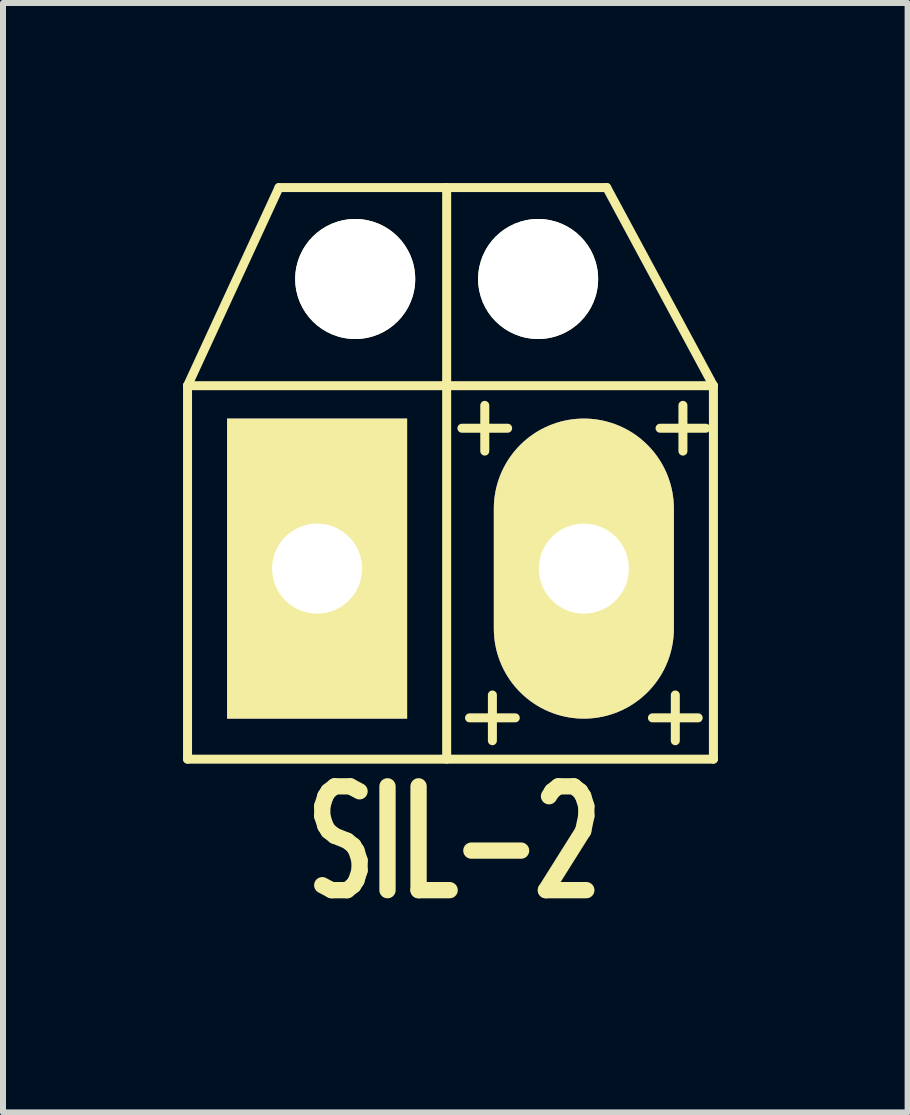
<source format=kicad_pcb>
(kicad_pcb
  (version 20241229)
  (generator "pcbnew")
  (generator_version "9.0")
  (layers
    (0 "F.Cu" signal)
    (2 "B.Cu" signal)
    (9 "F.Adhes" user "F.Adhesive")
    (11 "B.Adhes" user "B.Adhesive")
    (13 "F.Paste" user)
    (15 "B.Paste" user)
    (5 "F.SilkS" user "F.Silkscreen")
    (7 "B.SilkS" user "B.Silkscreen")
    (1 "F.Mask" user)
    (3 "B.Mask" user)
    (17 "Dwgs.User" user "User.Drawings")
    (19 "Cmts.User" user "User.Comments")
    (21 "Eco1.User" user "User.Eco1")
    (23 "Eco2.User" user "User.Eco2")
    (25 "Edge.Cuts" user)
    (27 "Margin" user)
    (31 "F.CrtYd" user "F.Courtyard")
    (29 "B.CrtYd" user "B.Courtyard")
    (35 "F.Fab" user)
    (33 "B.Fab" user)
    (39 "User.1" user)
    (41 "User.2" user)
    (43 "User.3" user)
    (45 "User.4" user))
  (footprint "SIL-2"
    (layer "F.Cu")
    (at 4.393 6.425)
    (property "Reference" "SIL-2" (at 0.127 4.572 0) (layer "F.SilkS") (effects (font (size 1.73 1.087) (thickness 0.272))))
    (attr through_hole)
    (fp_line (start -4.318 -3.048) (end -2.794 -6.35) (stroke (width 0.15) (type solid)) (layer "F.SilkS"))
    (fp_line (start -4.318 -3.048) (end 4.445 -3.048) (stroke (width 0.15) (type solid)) (layer "F.SilkS"))
    (fp_line (start -4.318 3.175) (end -4.318 -3.048) (stroke (width 0.15) (type solid)) (layer "F.SilkS"))
    (fp_line (start -2.794 -6.35) (end 0 -6.35) (stroke (width 0.15) (type solid)) (layer "F.SilkS"))
    (fp_line (start 0 -6.35) (end 0 3.175) (stroke (width 0.15) (type solid)) (layer "F.SilkS"))
    (fp_line (start 2.667 -6.35) (end 0 -6.35) (stroke (width 0.15) (type solid)) (layer "F.SilkS"))
    (fp_line (start 4.445 -3.048) (end 2.667 -6.35) (stroke (width 0.15) (type solid)) (layer "F.SilkS"))
    (fp_line (start 4.445 3.175) (end -4.318 3.175) (stroke (width 0.15) (type solid)) (layer "F.SilkS"))
    (fp_line (start 4.445 3.175) (end 4.445 -3.048) (stroke (width 0.15) (type solid)) (layer "F.SilkS"))
    (fp_text user "+" (at 0.762 2.413 0) (layer "F.SilkS") (effects (font (size 1 1) (thickness 0.15))))
    (fp_text user "+" (at 3.937 -2.413 0) (layer "F.SilkS") (effects (font (size 1 1) (thickness 0.15))))
    (fp_text user "+" (at 3.81 2.413 0) (layer "F.SilkS") (effects (font (size 1 1) (thickness 0.15))))
    (fp_text user "+" (at 0.635 -2.413 0) (layer "F.SilkS") (effects (font (size 1 1) (thickness 0.15))))
    (pad "" np_thru_hole circle (at -1.524 -4.826) (size 2 2) (drill 2) (layers "*.Cu" "*.Mask" "F.SilkS"))
    (pad "" np_thru_hole circle (at 1.524 -4.826) (size 2 2) (drill 2) (layers "*.Cu" "*.Mask" "F.SilkS"))
    (pad "1" thru_hole rect (at -2.159 0) (size 3 5) (drill 1.5) (layers "*.Cu" "*.Mask" "F.SilkS"))
    (pad "2" thru_hole oval (at 2.286 0) (size 3 5) (drill 1.5) (layers "*.Cu" "*.Mask" "F.SilkS")))
  (gr_rect
    (start -3 -3)
    (end 12.074 15.486)
    (stroke (width 0.1) (type default))
    (fill no)
    (layer "Edge.Cuts")))
</source>
